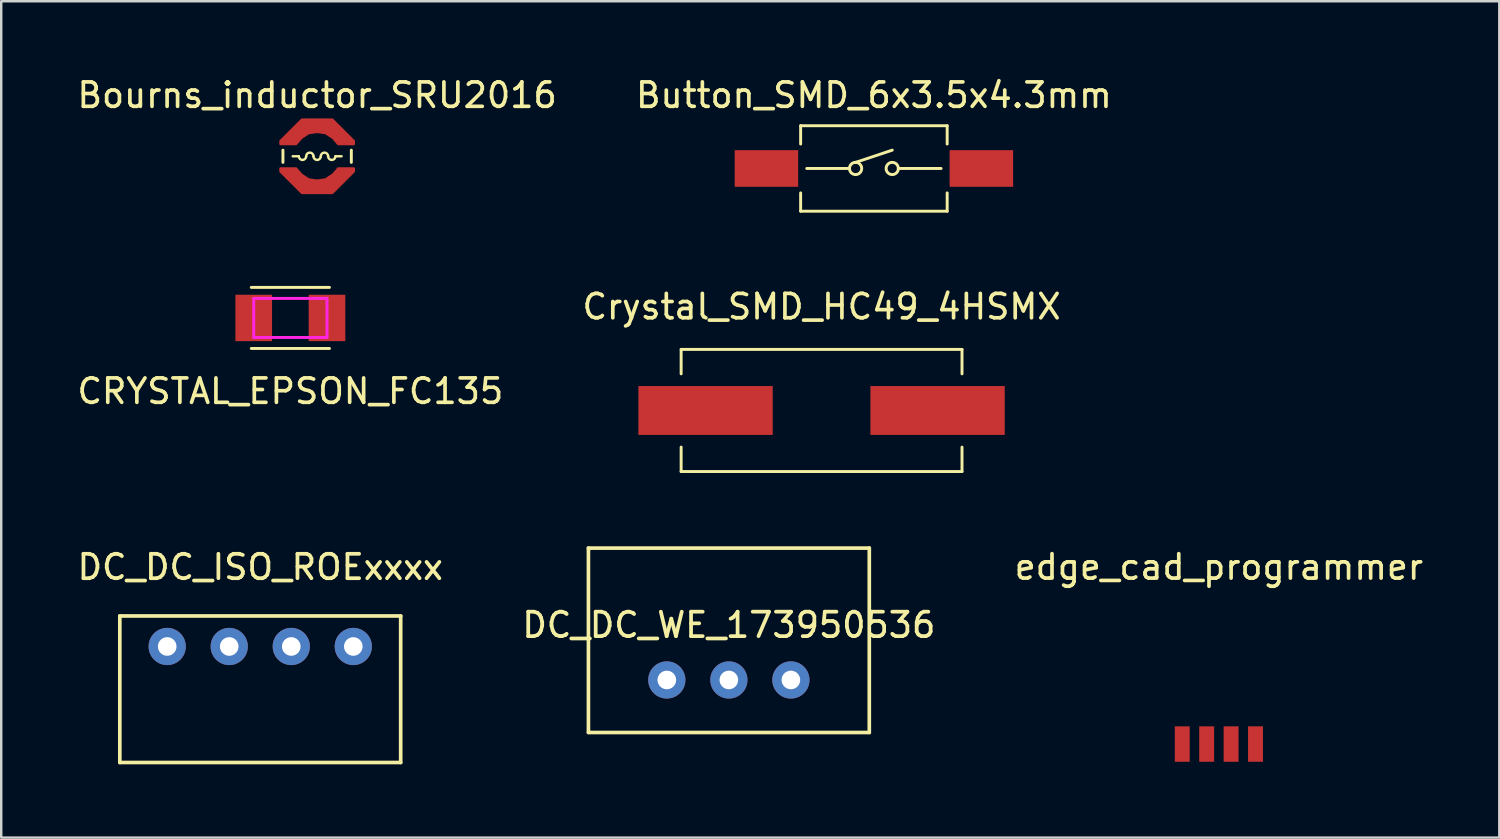
<source format=kicad_pcb>
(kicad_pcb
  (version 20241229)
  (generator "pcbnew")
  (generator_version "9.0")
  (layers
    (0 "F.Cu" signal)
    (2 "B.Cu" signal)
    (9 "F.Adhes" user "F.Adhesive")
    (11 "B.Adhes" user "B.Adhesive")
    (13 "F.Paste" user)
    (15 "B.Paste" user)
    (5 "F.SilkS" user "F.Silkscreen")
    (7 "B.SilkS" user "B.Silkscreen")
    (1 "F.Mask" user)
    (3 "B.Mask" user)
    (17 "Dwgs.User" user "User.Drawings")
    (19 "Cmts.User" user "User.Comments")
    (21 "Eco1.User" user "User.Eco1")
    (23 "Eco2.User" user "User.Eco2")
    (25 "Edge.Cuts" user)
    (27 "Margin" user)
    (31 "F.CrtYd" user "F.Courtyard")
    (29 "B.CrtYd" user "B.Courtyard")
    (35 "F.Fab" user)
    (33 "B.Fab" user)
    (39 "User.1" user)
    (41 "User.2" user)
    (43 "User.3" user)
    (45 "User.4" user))
  (footprint "CRYSTAL_EPSON_FC135"
    (layer "F.Cu")
    (at 8.839 9.968)
    (property "Reference" "CRYSTAL_EPSON_FC135" (at 0 3 0) (layer "F.SilkS") (effects (font (size 1 1) (thickness 0.15))))
    (attr through_hole)
    (fp_line (start -1.6 -1.25) (end 1.6 -1.25) (stroke (width 0.12) (type solid)) (layer "F.SilkS"))
    (fp_line (start -1.6 1.25) (end 1.6 1.25) (stroke (width 0.12) (type solid)) (layer "F.SilkS"))
    (fp_line (start -1.5 -0.8) (end 1.5 -0.8) (stroke (width 0.12) (type solid)) (layer "F.CrtYd"))
    (fp_line (start -1.5 0.8) (end -1.5 -0.8) (stroke (width 0.12) (type solid)) (layer "F.CrtYd"))
    (fp_line (start 1.5 -0.8) (end 1.5 0.8) (stroke (width 0.12) (type solid)) (layer "F.CrtYd"))
    (fp_line (start 1.5 0.8) (end -1.5 0.8) (stroke (width 0.12) (type solid)) (layer "F.CrtYd"))
    (pad "1" smd rect (at -1.5 0) (size 1.5 1.9) (layers "F.Cu" "F.Mask" "F.Paste"))
    (pad "2" smd rect (at 1.5 0) (size 1.5 1.9) (layers "F.Cu" "F.Mask" "F.Paste")))
  (footprint "Button_SMD_6x3.5x4.3mm"
    (layer "F.Cu")
    (at 32.732 3.848)
    (property "Reference" "Button_SMD_6x3.5x4.3mm" (at 0 -3 0) (layer "F.SilkS") (effects (font (size 1 1) (thickness 0.15))))
    (attr through_hole)
    (fp_line (start -3 -1.75) (end -3 -1) (stroke (width 0.12) (type solid)) (layer "F.SilkS"))
    (fp_line (start -3 -1.75) (end 3 -1.75) (stroke (width 0.12) (type solid)) (layer "F.SilkS"))
    (fp_line (start -3 1.75) (end -3 1) (stroke (width 0.12) (type solid)) (layer "F.SilkS"))
    (fp_line (start -3 1.75) (end 3 1.75) (stroke (width 0.12) (type solid)) (layer "F.SilkS"))
    (fp_line (start -2.75 0) (end -1 0) (stroke (width 0.12) (type solid)) (layer "F.SilkS"))
    (fp_line (start -0.75 -0.25) (end 0.75 -0.75) (stroke (width 0.12) (type solid)) (layer "F.SilkS"))
    (fp_line (start 2.75 0) (end 1 0) (stroke (width 0.12) (type solid)) (layer "F.SilkS"))
    (fp_line (start 3 -1.75) (end 3 -1) (stroke (width 0.12) (type solid)) (layer "F.SilkS"))
    (fp_line (start 3 1.75) (end 3 1) (stroke (width 0.12) (type solid)) (layer "F.SilkS"))
    (fp_circle (center -0.75 0) (end -1 0) (stroke (width 0.12) (type solid)) (fill no) (layer "F.SilkS"))
    (fp_circle (center 0.75 0) (end 0.5 0) (stroke (width 0.12) (type solid)) (fill no) (layer "F.SilkS"))
    (pad "1" smd rect (at -4.4 0) (size 2.6 1.5) (layers "F.Cu" "F.Mask" "F.Paste"))
    (pad "2" smd rect (at 4.4 0) (size 2.6 1.5) (layers "F.Cu" "F.Mask" "F.Paste")))
  (footprint "Bourns_inductor_SRU2016"
    (layer "F.Cu")
    (at 9.935 3.348)
    (property "Reference" "Bourns_inductor_SRU2016" (at 0 -2.5 0) (layer "F.SilkS") (effects (font (size 1 1) (thickness 0.15))))
    (attr through_hole)
    (fp_line (start -1.4 -0.25) (end -1.4 0.25) (stroke (width 0.12) (type solid)) (layer "F.SilkS"))
    (fp_line (start -1 0) (end -0.75 0) (stroke (width 0.1) (type solid)) (layer "F.SilkS"))
    (fp_line (start 1 0) (end 0.75 0) (stroke (width 0.1) (type solid)) (layer "F.SilkS"))
    (fp_line (start 1.4 -0.25) (end 1.4 0.25) (stroke (width 0.12) (type solid)) (layer "F.SilkS"))
    (fp_arc (start -0.45 0) (mid -0.6 0.15) (end -0.75 0) (stroke (width 0.1) (type solid)) (layer "F.SilkS"))
    (fp_arc (start -0.45 0) (mid -0.3 -0.15) (end -0.15 0) (stroke (width 0.1) (type solid)) (layer "F.SilkS"))
    (fp_arc (start 0.15 0) (mid 0 0.15) (end -0.15 0) (stroke (width 0.1) (type solid)) (layer "F.SilkS"))
    (fp_arc (start 0.15 0) (mid 0.3 -0.15) (end 0.45 0) (stroke (width 0.1) (type solid)) (layer "F.SilkS"))
    (fp_arc (start 0.75 0) (mid 0.6 0.15) (end 0.45 0) (stroke (width 0.1) (type solid)) (layer "F.SilkS"))
    (pad "1" smd custom (at 0 1.25) (size 0.5 0.5) (layers "F.Cu" "F.Mask" "F.Paste") (options (anchor circle)) (primitives (gr_line (start 0.65 -0.5) (end 0.35 -0.3) (width 0.1)) (gr_line (start 0.621 0.25) (end -0.621 0.25) (width 0.1)) (gr_line (start 1.5 -0.75) (end 1.5 -0.629) (width 0.1)) (gr_line (start -0.35 -0.3) (end -0.65 -0.5) (width 0.1)) (gr_line (start 1.5 -0.629) (end 0.621 0.25) (width 0.1)) (gr_line (start 0 -0.25) (end -0.35 -0.3) (width 0.1)) (gr_line (start -0.621 0.25) (end -1.5 -0.629) (width 0.1)) (gr_line (start 0.866 -0.75) (end 0.65 -0.5) (width 0.1)) (gr_line (start 0.866 -0.75) (end 1.5 -0.75) (width 0.1)) (gr_poly (pts (xy -1.5 -0.75) (xy -0.866 -0.75) (xy -0.65 -0.5) (xy -0.35 -0.3) (xy 0 -0.25) (xy 0.35 -0.3) (xy 0.65 -0.5) (xy 0.866 -0.75) (xy 1.5 -0.75) (xy 1.5 -0.629) (xy 0.621 0.25) (xy -0.621 0.25) (xy -1.5 -0.629) (xy -1.5 -0.75)) (width 0.1) (fill yes)) (gr_line (start 0.35 -0.3) (end 0 -0.25) (width 0.1))))
    (pad "2" smd custom (at 0 -1.25) (size 0.5 0.5) (layers "F.Cu" "F.Mask" "F.Paste") (options (anchor circle)) (primitives (gr_line (start -0.621 -0.25) (end 0.621 -0.25) (width 0.1)) (gr_line (start 1.5 0.629) (end 1.5 0.75) (width 0.1)) (gr_line (start 1.5 0.75) (end 0.866 0.75) (width 0.1)) (gr_line (start -0.866 0.75) (end -1.5 0.75) (width 0.1)) (gr_line (start -1.5 0.75) (end -1.5 0.629) (width 0.1)) (gr_line (start -1.5 0.629) (end -0.621 -0.25) (width 0.1)) (gr_line (start 0.621 -0.25) (end 1.5 0.629) (width 0.1)) (gr_line (start 0 0.25) (end 0.35 0.3) (width 0.1)) (gr_line (start -0.866 0.75) (end -0.65 0.5) (width 0.1)) (gr_line (start -0.65 0.5) (end -0.35 0.3) (width 0.1)) (gr_line (start 0.866 0.75) (end 0.65 0.5) (width 0.1)) (gr_poly (pts (xy -1.5 0.75) (xy -0.866 0.75) (xy -0.65 0.5) (xy -0.35 0.3) (xy 0 0.25) (xy 0.35 0.3) (xy 0.65 0.5) (xy 0.866 0.75) (xy 1.5 0.75) (xy 1.5 0.629) (xy 0.621 -0.25) (xy -0.621 -0.25) (xy -1.5 0.629)) (width 0.1) (fill yes)) (gr_line (start 0.35 0.3) (end 0.65 0.5) (width 0.1)) (gr_line (start -0.35 0.3) (end 0 0.25) (width 0.1)))))
  (footprint "Crystal_SMD_HC49_4HSMX"
    (layer "F.Cu")
    (at 30.589 13.757)
    (property "Reference" "Crystal_SMD_HC49_4HSMX" (at 0 -4.25 0) (layer "F.SilkS") (effects (font (size 1 1) (thickness 0.15))))
    (attr through_hole)
    (fp_line (start -5.75 -2.5) (end -5.75 -1.5) (stroke (width 0.12) (type solid)) (layer "F.SilkS"))
    (fp_line (start -5.75 -2.5) (end 5.75 -2.5) (stroke (width 0.12) (type solid)) (layer "F.SilkS"))
    (fp_line (start -5.75 2.5) (end -5.75 1.5) (stroke (width 0.12) (type solid)) (layer "F.SilkS"))
    (fp_line (start -5.75 2.5) (end 5.75 2.5) (stroke (width 0.12) (type solid)) (layer "F.SilkS"))
    (fp_line (start 5.75 -2.5) (end 5.75 -1.5) (stroke (width 0.12) (type solid)) (layer "F.SilkS"))
    (fp_line (start 5.75 2.5) (end 5.75 1.5) (stroke (width 0.12) (type solid)) (layer "F.SilkS"))
    (pad "1" smd rect (at 4.75 0) (size 5.5 2) (layers "F.Cu" "F.Mask" "F.Paste"))
    (pad "2" smd rect (at -4.75 0) (size 5.5 2) (layers "F.Cu" "F.Mask" "F.Paste")))
  (footprint "DC_DC_WE_173950536"
    (layer "F.Cu")
    (at 26.793 24.791)
    (property "Reference" "DC_DC_WE_173950536" (at 0 -2.25 180) (layer "F.SilkS") (effects (font (size 1 1) (thickness 0.153))))
    (attr through_hole)
    (fp_line (start -5.75 2.15) (end -5.75 -5.4) (stroke (width 0.15) (type solid)) (layer "F.SilkS"))
    (fp_line (start 5.75 -5.4) (end -5.75 -5.4) (stroke (width 0.15) (type solid)) (layer "F.SilkS"))
    (fp_line (start 5.75 2.15) (end -5.75 2.15) (stroke (width 0.15) (type solid)) (layer "F.SilkS"))
    (fp_line (start 5.75 2.15) (end 5.75 -5.4) (stroke (width 0.15) (type solid)) (layer "F.SilkS"))
    (pad "1" thru_hole circle (at -2.54 0 180) (size 1.524 1.524) (drill 0.762) (layers "*.Cu" "*.Mask"))
    (pad "2" thru_hole circle (at 0 0 180) (size 1.524 1.524) (drill 0.762) (layers "*.Cu" "*.Mask"))
    (pad "3" thru_hole circle (at 2.54 0 180) (size 1.524 1.524) (drill 0.762) (layers "*.Cu" "*.Mask")))
  (footprint "edge_cad_programmer"
    (layer "F.Cu")
    (at 46.857 27.415)
    (property "Reference" "edge_cad_programmer" (at 0 -7.25 0) (layer "F.SilkS") (effects (font (size 1 1) (thickness 0.15))))
    (attr through_hole)
    (pad "10" smd rect (at -1.5 0) (size 0.61 1.45) (layers "F.Cu" "F.Mask" "F.Paste"))
    (pad "11" smd rect (at -0.5 0) (size 0.61 1.45) (layers "F.Cu" "F.Mask" "F.Paste"))
    (pad "12" smd rect (at 0.5 0) (size 0.61 1.45) (layers "F.Cu" "F.Mask" "F.Paste"))
    (pad "13" smd rect (at 1.5 0) (size 0.61 1.45) (layers "F.Cu" "F.Mask" "F.Paste")))
  (footprint "DC_DC_ISO_ROExxxx"
    (layer "F.Cu")
    (at 7.606 23.42)
    (property "Reference" "DC_DC_ISO_ROExxxx" (at 0 -3.25 0) (layer "F.SilkS") (effects (font (size 1 1) (thickness 0.153))))
    (attr through_hole)
    (fp_line (start -5.75 -1.25) (end -5.75 4.75) (stroke (width 0.15) (type solid)) (layer "F.SilkS"))
    (fp_line (start -5.75 -1.25) (end 5.75 -1.25) (stroke (width 0.15) (type solid)) (layer "F.SilkS"))
    (fp_line (start -5.75 4.75) (end 5.75 4.75) (stroke (width 0.15) (type solid)) (layer "F.SilkS"))
    (fp_line (start 5.75 -1.25) (end 5.75 4.75) (stroke (width 0.15) (type solid)) (layer "F.SilkS"))
    (pad "1" thru_hole circle (at 3.81 0) (size 1.524 1.524) (drill 0.762) (layers "*.Cu" "*.Mask"))
    (pad "2" thru_hole circle (at 1.27 0) (size 1.524 1.524) (drill 0.762) (layers "*.Cu" "*.Mask"))
    (pad "3" thru_hole circle (at -1.27 0) (size 1.524 1.524) (drill 0.762) (layers "*.Cu" "*.Mask"))
    (pad "4" thru_hole circle (at -3.81 0) (size 1.524 1.524) (drill 0.762) (layers "*.Cu" "*.Mask")))
  (gr_rect
    (start -3 -3)
    (end 58.339 31.245)
    (stroke (width 0.1) (type default))
    (fill no)
    (layer "Edge.Cuts")))
</source>
